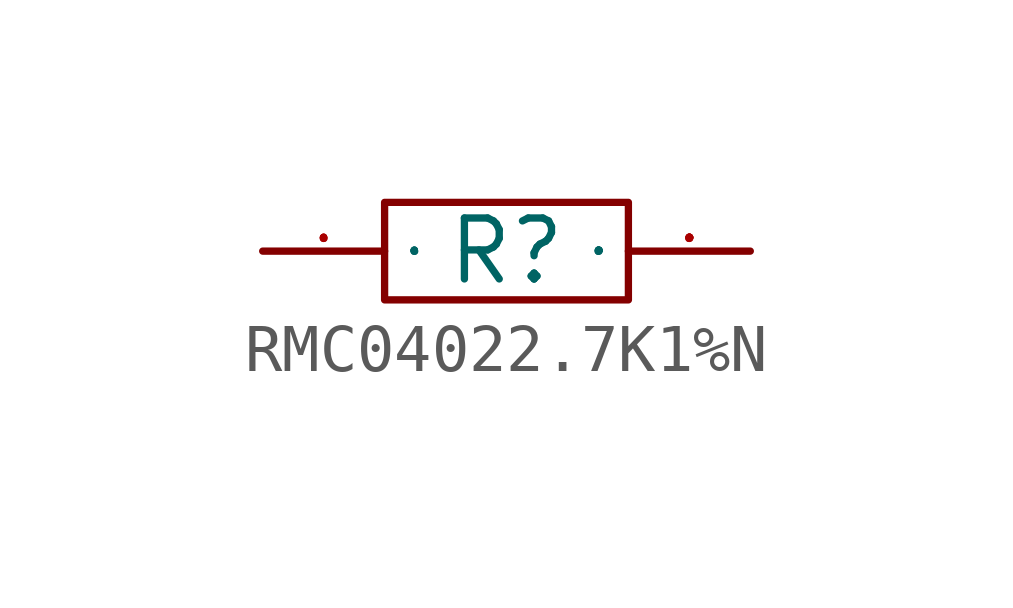
<source format=kicad_sym>
(kicad_symbol_lib
  (version 20241209)
  (generator "kicad_symbol_editor")
  (generator_version "9.0")
  (symbol "RMC04022.7K1%N"
    (property "Reference" "R"
      (at 0 0 0)
      (effects (font (size 1.27 1.27))))
    (symbol "RMC04022.7K1%N_1_0"
      (rectangle (start -2.54 -1.016) (end 2.54 1.016) (stroke (width 0) (type default)) (fill (type none)))
      (pin input line (at -5.08 0 0) (length 2.54) (name "1" (effects (font (size 0.025 0.025)))) (number "1" (effects (font (size 0.025 0.025)))))
      (pin input line (at 5.08 0 180) (length 2.54) (name "2" (effects (font (size 0.025 0.025)))) (number "2" (effects (font (size 0.025 0.025))))))))
</source>
